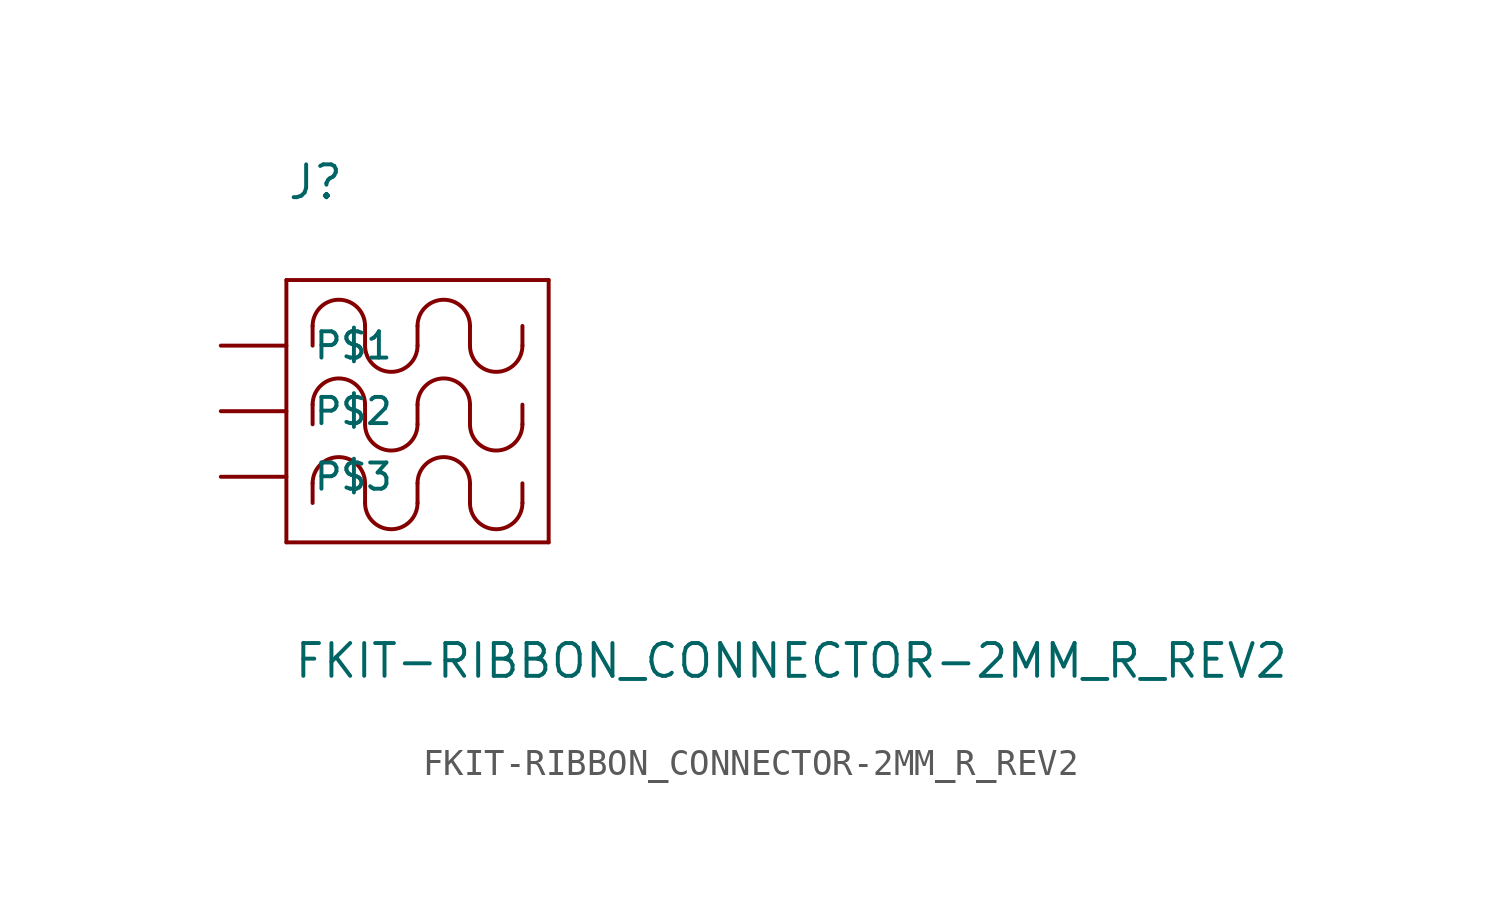
<source format=kicad_sym>
(kicad_symbol_lib
  (version 20211014)
  (generator kicad_symbol_editor)
  (symbol "FKIT-RIBBON_CONNECTOR-2MM_R_REV2"
    (pin_numbers hide)
    (pin_names
      (offset 1.016))
    (property "Reference" "J"
      (at -5.08 8.128 0)
      (effects (font (size 1.27 1.27)) (justify left bottom)))
    (property "Value" "FKIT-RIBBON_CONNECTOR-2MM_R_REV2"
      (at -4.826 -10.414 0)
      (effects (font (size 1.27 1.27)) (justify left bottom)))
    (property "ki_locked" ""
      (at 0 0 0)
      (effects (font (size 1.27 1.27))))
    (symbol "FKIT-RIBBON_CONNECTOR-2MM_R_REV2_1_0"
      (polyline (pts (xy -5.08 -5.08) (xy 5.08 -5.08)) (stroke (width 0) (type default) (color 0 0 0 0)) (fill (type none)))
      (polyline (pts (xy -5.08 5.08) (xy -5.08 -5.08)) (stroke (width 0) (type default) (color 0 0 0 0)) (fill (type none)))
      (polyline (pts (xy -4.064 -2.794) (xy -4.064 -3.556)) (stroke (width 0) (type default) (color 0 0 0 0)) (fill (type none)))
      (polyline (pts (xy -4.064 0.254) (xy -4.064 -0.508)) (stroke (width 0) (type default) (color 0 0 0 0)) (fill (type none)))
      (polyline (pts (xy -4.064 2.54) (xy -4.064 3.302)) (stroke (width 0) (type default) (color 0 0 0 0)) (fill (type none)))
      (polyline (pts (xy -2.032 -2.794) (xy -2.032 -3.556)) (stroke (width 0) (type default) (color 0 0 0 0)) (fill (type none)))
      (polyline (pts (xy -2.032 0.254) (xy -2.032 -0.508)) (stroke (width 0) (type default) (color 0 0 0 0)) (fill (type none)))
      (polyline (pts (xy -2.032 3.302) (xy -2.032 2.54)) (stroke (width 0) (type default) (color 0 0 0 0)) (fill (type none)))
      (polyline (pts (xy 0 -3.556) (xy 0 -2.794)) (stroke (width 0) (type default) (color 0 0 0 0)) (fill (type none)))
      (polyline (pts (xy 0 -0.508) (xy 0 0.254)) (stroke (width 0) (type default) (color 0 0 0 0)) (fill (type none)))
      (polyline (pts (xy 0 2.54) (xy 0 3.302)) (stroke (width 0) (type default) (color 0 0 0 0)) (fill (type none)))
      (polyline (pts (xy 2.032 -2.794) (xy 2.032 -3.556)) (stroke (width 0) (type default) (color 0 0 0 0)) (fill (type none)))
      (polyline (pts (xy 2.032 0.254) (xy 2.032 -0.508)) (stroke (width 0) (type default) (color 0 0 0 0)) (fill (type none)))
      (polyline (pts (xy 2.032 3.302) (xy 2.032 2.54)) (stroke (width 0) (type default) (color 0 0 0 0)) (fill (type none)))
      (polyline (pts (xy 4.064 -3.556) (xy 4.064 -2.794)) (stroke (width 0) (type default) (color 0 0 0 0)) (fill (type none)))
      (polyline (pts (xy 4.064 -0.508) (xy 4.064 0.254)) (stroke (width 0) (type default) (color 0 0 0 0)) (fill (type none)))
      (polyline (pts (xy 4.064 2.54) (xy 4.064 3.302)) (stroke (width 0) (type default) (color 0 0 0 0)) (fill (type none)))
      (polyline (pts (xy 5.08 -5.08) (xy 5.08 5.08)) (stroke (width 0) (type default) (color 0 0 0 0)) (fill (type none)))
      (polyline (pts (xy 5.08 5.08) (xy -5.08 5.08)) (stroke (width 0) (type default) (color 0 0 0 0)) (fill (type none))))
    (symbol "FKIT-RIBBON_CONNECTOR-2MM_R_REV2_1_1"
      (arc (start -2.032 -3.556) (mid -1.016 -4.572) (end 0 -3.556) (stroke (width 0) (type default) (color 0 0 0 0)) (fill (type none)))
      (arc (start -2.032 -2.794) (mid -3.048 -1.778) (end -4.064 -2.794) (stroke (width 0) (type default) (color 0 0 0 0)) (fill (type none)))
      (arc (start -2.032 -0.508) (mid -1.016 -1.524) (end 0 -0.508) (stroke (width 0) (type default) (color 0 0 0 0)) (fill (type none)))
      (arc (start -2.032 0.254) (mid -3.048 1.27) (end -4.064 0.254) (stroke (width 0) (type default) (color 0 0 0 0)) (fill (type none)))
      (arc (start -2.032 2.54) (mid -1.016 1.524) (end 0 2.54) (stroke (width 0) (type default) (color 0 0 0 0)) (fill (type none)))
      (arc (start -2.032 3.302) (mid -3.048 4.318) (end -4.064 3.302) (stroke (width 0) (type default) (color 0 0 0 0)) (fill (type none)))
      (arc (start 2.032 -3.556) (mid 3.048 -4.572) (end 4.064 -3.556) (stroke (width 0) (type default) (color 0 0 0 0)) (fill (type none)))
      (arc (start 2.032 -2.794) (mid 1.016 -1.778) (end 0 -2.794) (stroke (width 0) (type default) (color 0 0 0 0)) (fill (type none)))
      (arc (start 2.032 -0.508) (mid 3.048 -1.524) (end 4.064 -0.508) (stroke (width 0) (type default) (color 0 0 0 0)) (fill (type none)))
      (arc (start 2.032 0.254) (mid 1.016 1.27) (end 0 0.254) (stroke (width 0) (type default) (color 0 0 0 0)) (fill (type none)))
      (arc (start 2.032 2.54) (mid 3.048 1.524) (end 4.064 2.54) (stroke (width 0) (type default) (color 0 0 0 0)) (fill (type none)))
      (arc (start 2.032 3.302) (mid 1.016 4.318) (end 0 3.302) (stroke (width 0) (type default) (color 0 0 0 0)) (fill (type none)))
      (pin bidirectional line (at -7.62 2.54 0) (length 2.54) (name "P$1" (effects (font (size 1.016 1.016)))) (number "P1A" (effects (font (size 1.016 1.016)))))
      (pin bidirectional line (at -7.62 0 0) (length 2.54) (name "P$2" (effects (font (size 1.016 1.016)))) (number "P2A" (effects (font (size 1.016 1.016)))))
      (pin bidirectional line (at -7.62 -2.54 0) (length 2.54) (name "P$3" (effects (font (size 1.016 1.016)))) (number "P3A" (effects (font (size 1.016 1.016))))))))
</source>
